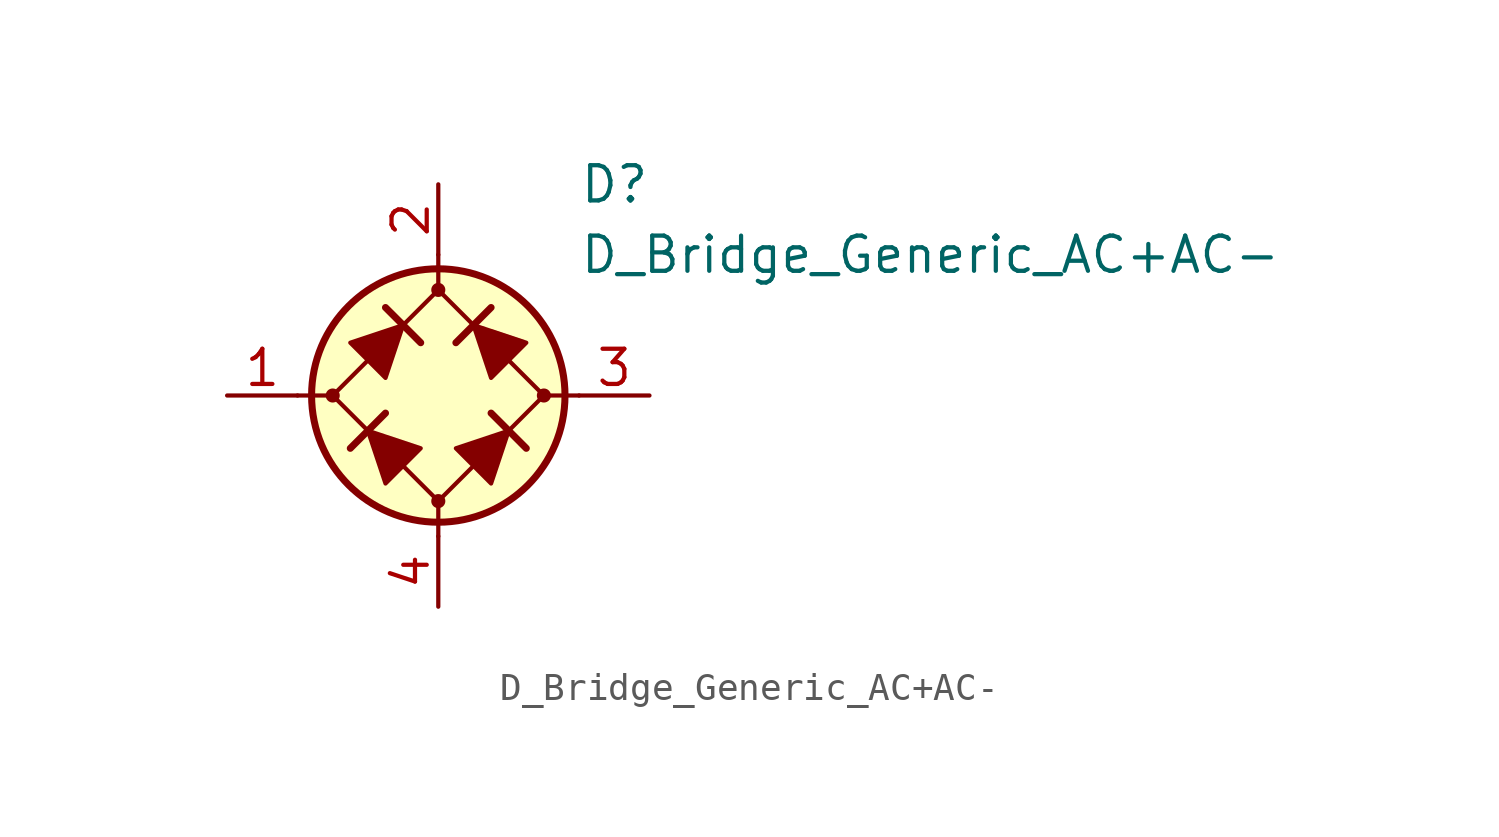
<source format=kicad_sym>
(kicad_symbol_lib
  (version 20231120)
  (generator "kicad_symbol_editor")
  (generator_version "8.0")
  (symbol "D_Bridge_Generic_AC+AC-"
    (pin_names
      (offset 1.016) hide)
    (property "Reference" "D"
      (at 5.08 7.62 0)
      (effects (font (size 1.27 1.27)) (justify left)))
    (property "Value" "D_Bridge_Generic_AC+AC-"
      (at 5.08 5.08 0)
      (effects (font (size 1.27 1.27)) (justify left)))
    (symbol "D_Bridge_Generic_AC+AC-_0_1"
      (circle (center -3.81 0) (radius 0.178) (stroke (width 0) (type default)) (fill (type outline)))
      (polyline (pts (xy -5.08 0) (xy -3.81 0)) (stroke (width 0) (type default)) (fill (type none)))
      (polyline (pts (xy -1.905 -0.635) (xy -3.175 -1.905)) (stroke (width 0.254) (type default)) (fill (type none)))
      (polyline (pts (xy -1.905 3.175) (xy -0.635 1.905)) (stroke (width 0.254) (type default)) (fill (type none)))
      (polyline (pts (xy 0 -5.08) (xy 0 -3.81)) (stroke (width 0) (type default)) (fill (type none)))
      (polyline (pts (xy 0 5.08) (xy 0 3.81)) (stroke (width 0) (type default)) (fill (type none)))
      (polyline (pts (xy 1.905 3.175) (xy 0.635 1.905)) (stroke (width 0.254) (type default)) (fill (type none)))
      (polyline (pts (xy 3.175 -1.905) (xy 1.905 -0.635)) (stroke (width 0.254) (type default)) (fill (type none)))
      (polyline (pts (xy 5.08 0) (xy 3.81 0)) (stroke (width 0) (type default)) (fill (type none)))
      (polyline (pts (xy -2.54 -1.27) (xy -1.905 -3.175) (xy -0.635 -1.905) (xy -2.54 -1.27)) (stroke (width 0) (type default)) (fill (type outline)))
      (polyline (pts (xy -1.27 2.54) (xy -1.905 0.635) (xy -3.175 1.905) (xy -1.27 2.54)) (stroke (width 0) (type default)) (fill (type outline)))
      (polyline (pts (xy 1.27 2.54) (xy 3.175 1.905) (xy 1.905 0.635) (xy 1.27 2.54)) (stroke (width 0) (type default)) (fill (type outline)))
      (polyline (pts (xy 2.54 -1.27) (xy 0.635 -1.905) (xy 1.905 -3.175) (xy 2.54 -1.27)) (stroke (width 0) (type default)) (fill (type outline)))
      (polyline (pts (xy 0 3.81) (xy -3.81 0) (xy 0 -3.81) (xy 3.81 0) (xy 0 3.81)) (stroke (width 0) (type default)) (fill (type none)))
      (circle (center 0 0) (radius 4.572) (stroke (width 0.254) (type default)) (fill (type background))))
    (symbol "D_Bridge_Generic_AC+AC-_1_1"
      (circle (center 0 -3.81) (radius 0.178) (stroke (width 0) (type default)) (fill (type outline)))
      (circle (center 0 3.81) (radius 0.178) (stroke (width 0) (type default)) (fill (type outline)))
      (circle (center 3.81 0) (radius 0.178) (stroke (width 0) (type default)) (fill (type outline)))
      (pin passive line (at -7.62 0 0) (length 2.54) (name "1" (effects (font (size 1.27 1.27)))) (number "1" (effects (font (size 1.27 1.27)))))
      (pin passive line (at 0 7.62 270) (length 2.54) (name "+" (effects (font (size 1.27 1.27)))) (number "2" (effects (font (size 1.27 1.27)))))
      (pin passive line (at 7.62 0 180) (length 2.54) (name "2" (effects (font (size 1.27 1.27)))) (number "3" (effects (font (size 1.27 1.27)))))
      (pin passive line (at 0 -7.62 90) (length 2.54) (name "-" (effects (font (size 1.27 1.27)))) (number "4" (effects (font (size 1.27 1.27))))))))
</source>
